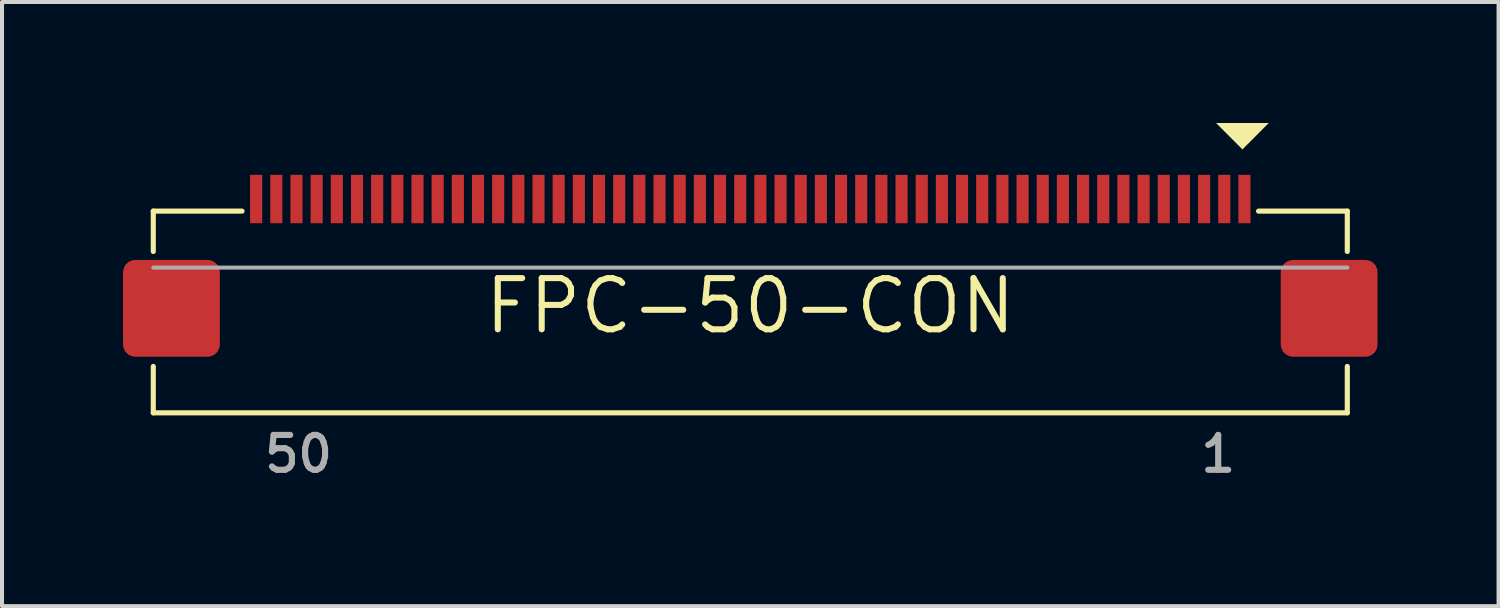
<source format=kicad_pcb>
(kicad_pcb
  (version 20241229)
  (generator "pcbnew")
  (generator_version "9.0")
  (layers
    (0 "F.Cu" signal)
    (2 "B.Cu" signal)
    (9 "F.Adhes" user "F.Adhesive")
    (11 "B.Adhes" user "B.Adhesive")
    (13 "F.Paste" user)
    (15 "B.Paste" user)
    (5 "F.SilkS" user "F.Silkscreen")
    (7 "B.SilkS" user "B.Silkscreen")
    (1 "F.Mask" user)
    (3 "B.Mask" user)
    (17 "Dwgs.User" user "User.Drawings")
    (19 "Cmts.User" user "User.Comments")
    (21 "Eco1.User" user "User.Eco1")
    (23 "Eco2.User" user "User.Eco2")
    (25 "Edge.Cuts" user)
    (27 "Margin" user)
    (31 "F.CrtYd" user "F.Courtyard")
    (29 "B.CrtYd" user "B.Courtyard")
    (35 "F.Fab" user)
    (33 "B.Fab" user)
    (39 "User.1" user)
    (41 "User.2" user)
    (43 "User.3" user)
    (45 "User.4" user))
  (footprint "FPC-50-CON"
    (layer "F.Cu")
    (at 15.55 4.534)
    (property "Reference" "FPC-50-CON" (at 0 0 0) (layer "F.SilkS") (effects (font (size 1.27 1.27) (thickness 0.15))))
    (fp_line (start -14.8 -2.35) (end -14.8 -1.35) (stroke (width 0.127) (type solid)) (layer "F.SilkS"))
    (fp_line (start -14.8 -2.35) (end -12.6 -2.35) (stroke (width 0.127) (type solid)) (layer "F.SilkS"))
    (fp_line (start -14.8 2.65) (end -14.8 1.5) (stroke (width 0.127) (type solid)) (layer "F.SilkS"))
    (fp_line (start 12.6 -2.35) (end 14.8 -2.35) (stroke (width 0.127) (type solid)) (layer "F.SilkS"))
    (fp_line (start 14.8 -2.35) (end 14.8 -1.35) (stroke (width 0.127) (type solid)) (layer "F.SilkS"))
    (fp_line (start 14.8 1.5) (end 14.8 2.65) (stroke (width 0.127) (type solid)) (layer "F.SilkS"))
    (fp_line (start 14.8 2.65) (end -14.8 2.65) (stroke (width 0.127) (type solid)) (layer "F.SilkS"))
    (fp_poly (pts (xy 12.2 -3.88) (xy 11.547 -4.534) (xy 12.853 -4.534)) (stroke (width 0) (type default)) (fill yes) (layer "F.SilkS"))
    (fp_line (start -14.8 -0.95) (end 14.8 -0.95) (stroke (width 0.1) (type solid)) (layer "F.Fab"))
    (fp_text user "1" (at 11.6 3.67 0) (unlocked yes) (layer "F.Fab") (effects (font (size 0.864 0.864) (thickness 0.152))))
    (fp_text user "50" (at -11.2 3.67 0) (unlocked yes) (layer "F.Fab") (effects (font (size 0.864 0.864) (thickness 0.152))))
    (pad "1" smd rect (at 12.25 -2.65) (size 0.3 1.2) (layers "F.Cu" "F.Mask" "F.Paste"))
    (pad "2" smd rect (at 11.75 -2.65) (size 0.3 1.2) (layers "F.Cu" "F.Mask" "F.Paste"))
    (pad "3" smd rect (at 11.25 -2.65) (size 0.3 1.2) (layers "F.Cu" "F.Mask" "F.Paste"))
    (pad "4" smd rect (at 10.75 -2.65) (size 0.3 1.2) (layers "F.Cu" "F.Mask" "F.Paste"))
    (pad "5" smd rect (at 10.25 -2.65) (size 0.3 1.2) (layers "F.Cu" "F.Mask" "F.Paste"))
    (pad "6" smd rect (at 9.75 -2.65) (size 0.3 1.2) (layers "F.Cu" "F.Mask" "F.Paste"))
    (pad "7" smd rect (at 9.25 -2.65) (size 0.3 1.2) (layers "F.Cu" "F.Mask" "F.Paste"))
    (pad "8" smd rect (at 8.75 -2.65) (size 0.3 1.2) (layers "F.Cu" "F.Mask" "F.Paste"))
    (pad "9" smd rect (at 8.25 -2.65) (size 0.3 1.2) (layers "F.Cu" "F.Mask" "F.Paste"))
    (pad "10" smd rect (at 7.75 -2.65) (size 0.3 1.2) (layers "F.Cu" "F.Mask" "F.Paste"))
    (pad "11" smd rect (at 7.25 -2.65) (size 0.3 1.2) (layers "F.Cu" "F.Mask" "F.Paste"))
    (pad "12" smd rect (at 6.75 -2.65) (size 0.3 1.2) (layers "F.Cu" "F.Mask" "F.Paste"))
    (pad "13" smd rect (at 6.25 -2.65) (size 0.3 1.2) (layers "F.Cu" "F.Mask" "F.Paste"))
    (pad "14" smd rect (at 5.75 -2.65) (size 0.3 1.2) (layers "F.Cu" "F.Mask" "F.Paste"))
    (pad "15" smd rect (at 5.25 -2.65) (size 0.3 1.2) (layers "F.Cu" "F.Mask" "F.Paste"))
    (pad "16" smd rect (at 4.75 -2.65) (size 0.3 1.2) (layers "F.Cu" "F.Mask" "F.Paste"))
    (pad "17" smd rect (at 4.25 -2.65) (size 0.3 1.2) (layers "F.Cu" "F.Mask" "F.Paste"))
    (pad "18" smd rect (at 3.75 -2.65) (size 0.3 1.2) (layers "F.Cu" "F.Mask" "F.Paste"))
    (pad "19" smd rect (at 3.25 -2.65) (size 0.3 1.2) (layers "F.Cu" "F.Mask" "F.Paste"))
    (pad "20" smd rect (at 2.75 -2.65) (size 0.3 1.2) (layers "F.Cu" "F.Mask" "F.Paste"))
    (pad "21" smd rect (at 2.25 -2.65) (size 0.3 1.2) (layers "F.Cu" "F.Mask" "F.Paste"))
    (pad "22" smd rect (at 1.75 -2.65) (size 0.3 1.2) (layers "F.Cu" "F.Mask" "F.Paste"))
    (pad "23" smd rect (at 1.25 -2.65) (size 0.3 1.2) (layers "F.Cu" "F.Mask" "F.Paste"))
    (pad "24" smd rect (at 0.75 -2.65) (size 0.3 1.2) (layers "F.Cu" "F.Mask" "F.Paste"))
    (pad "25" smd rect (at 0.25 -2.65) (size 0.3 1.2) (layers "F.Cu" "F.Mask" "F.Paste"))
    (pad "26" smd rect (at -0.25 -2.65) (size 0.3 1.2) (layers "F.Cu" "F.Mask" "F.Paste"))
    (pad "27" smd rect (at -0.75 -2.65) (size 0.3 1.2) (layers "F.Cu" "F.Mask" "F.Paste"))
    (pad "28" smd rect (at -1.25 -2.65) (size 0.3 1.2) (layers "F.Cu" "F.Mask" "F.Paste"))
    (pad "29" smd rect (at -1.75 -2.65) (size 0.3 1.2) (layers "F.Cu" "F.Mask" "F.Paste"))
    (pad "30" smd rect (at -2.25 -2.65) (size 0.3 1.2) (layers "F.Cu" "F.Mask" "F.Paste"))
    (pad "31" smd rect (at -2.75 -2.65) (size 0.3 1.2) (layers "F.Cu" "F.Mask" "F.Paste"))
    (pad "32" smd rect (at -3.25 -2.65) (size 0.3 1.2) (layers "F.Cu" "F.Mask" "F.Paste"))
    (pad "33" smd rect (at -3.75 -2.65) (size 0.3 1.2) (layers "F.Cu" "F.Mask" "F.Paste"))
    (pad "34" smd rect (at -4.25 -2.65) (size 0.3 1.2) (layers "F.Cu" "F.Mask" "F.Paste"))
    (pad "35" smd rect (at -4.75 -2.65) (size 0.3 1.2) (layers "F.Cu" "F.Mask" "F.Paste"))
    (pad "36" smd rect (at -5.25 -2.65) (size 0.3 1.2) (layers "F.Cu" "F.Mask" "F.Paste"))
    (pad "37" smd rect (at -5.75 -2.65) (size 0.3 1.2) (layers "F.Cu" "F.Mask" "F.Paste"))
    (pad "38" smd rect (at -6.25 -2.65) (size 0.3 1.2) (layers "F.Cu" "F.Mask" "F.Paste"))
    (pad "39" smd rect (at -6.75 -2.65) (size 0.3 1.2) (layers "F.Cu" "F.Mask" "F.Paste"))
    (pad "40" smd rect (at -7.25 -2.65) (size 0.3 1.2) (layers "F.Cu" "F.Mask" "F.Paste"))
    (pad "41" smd rect (at -7.75 -2.65) (size 0.3 1.2) (layers "F.Cu" "F.Mask" "F.Paste"))
    (pad "42" smd rect (at -8.25 -2.65) (size 0.3 1.2) (layers "F.Cu" "F.Mask" "F.Paste"))
    (pad "43" smd rect (at -8.75 -2.65) (size 0.3 1.2) (layers "F.Cu" "F.Mask" "F.Paste"))
    (pad "44" smd rect (at -9.25 -2.65) (size 0.3 1.2) (layers "F.Cu" "F.Mask" "F.Paste"))
    (pad "45" smd rect (at -9.75 -2.65) (size 0.3 1.2) (layers "F.Cu" "F.Mask" "F.Paste"))
    (pad "46" smd rect (at -10.25 -2.65) (size 0.3 1.2) (layers "F.Cu" "F.Mask" "F.Paste"))
    (pad "47" smd rect (at -10.75 -2.65) (size 0.3 1.2) (layers "F.Cu" "F.Mask" "F.Paste"))
    (pad "48" smd rect (at -11.25 -2.65) (size 0.3 1.2) (layers "F.Cu" "F.Mask" "F.Paste"))
    (pad "49" smd rect (at -11.75 -2.65) (size 0.3 1.2) (layers "F.Cu" "F.Mask" "F.Paste"))
    (pad "50" smd rect (at -12.25 -2.65) (size 0.3 1.2) (layers "F.Cu" "F.Mask" "F.Paste"))
    (pad "PAD1" smd roundrect (at 14.35 0.06 180) (size 2.4 2.4) (layers "F.Cu" "F.Mask" "F.Paste") (roundrect_rratio 0.125))
    (pad "PAD2" smd roundrect (at -14.35 0.06 180) (size 2.4 2.4) (layers "F.Cu" "F.Mask" "F.Paste") (roundrect_rratio 0.125)))
  (gr_rect
    (start -3 -3)
    (end 34.1 11.976)
    (stroke (width 0.1) (type default))
    (fill no)
    (layer "Edge.Cuts")))
</source>
